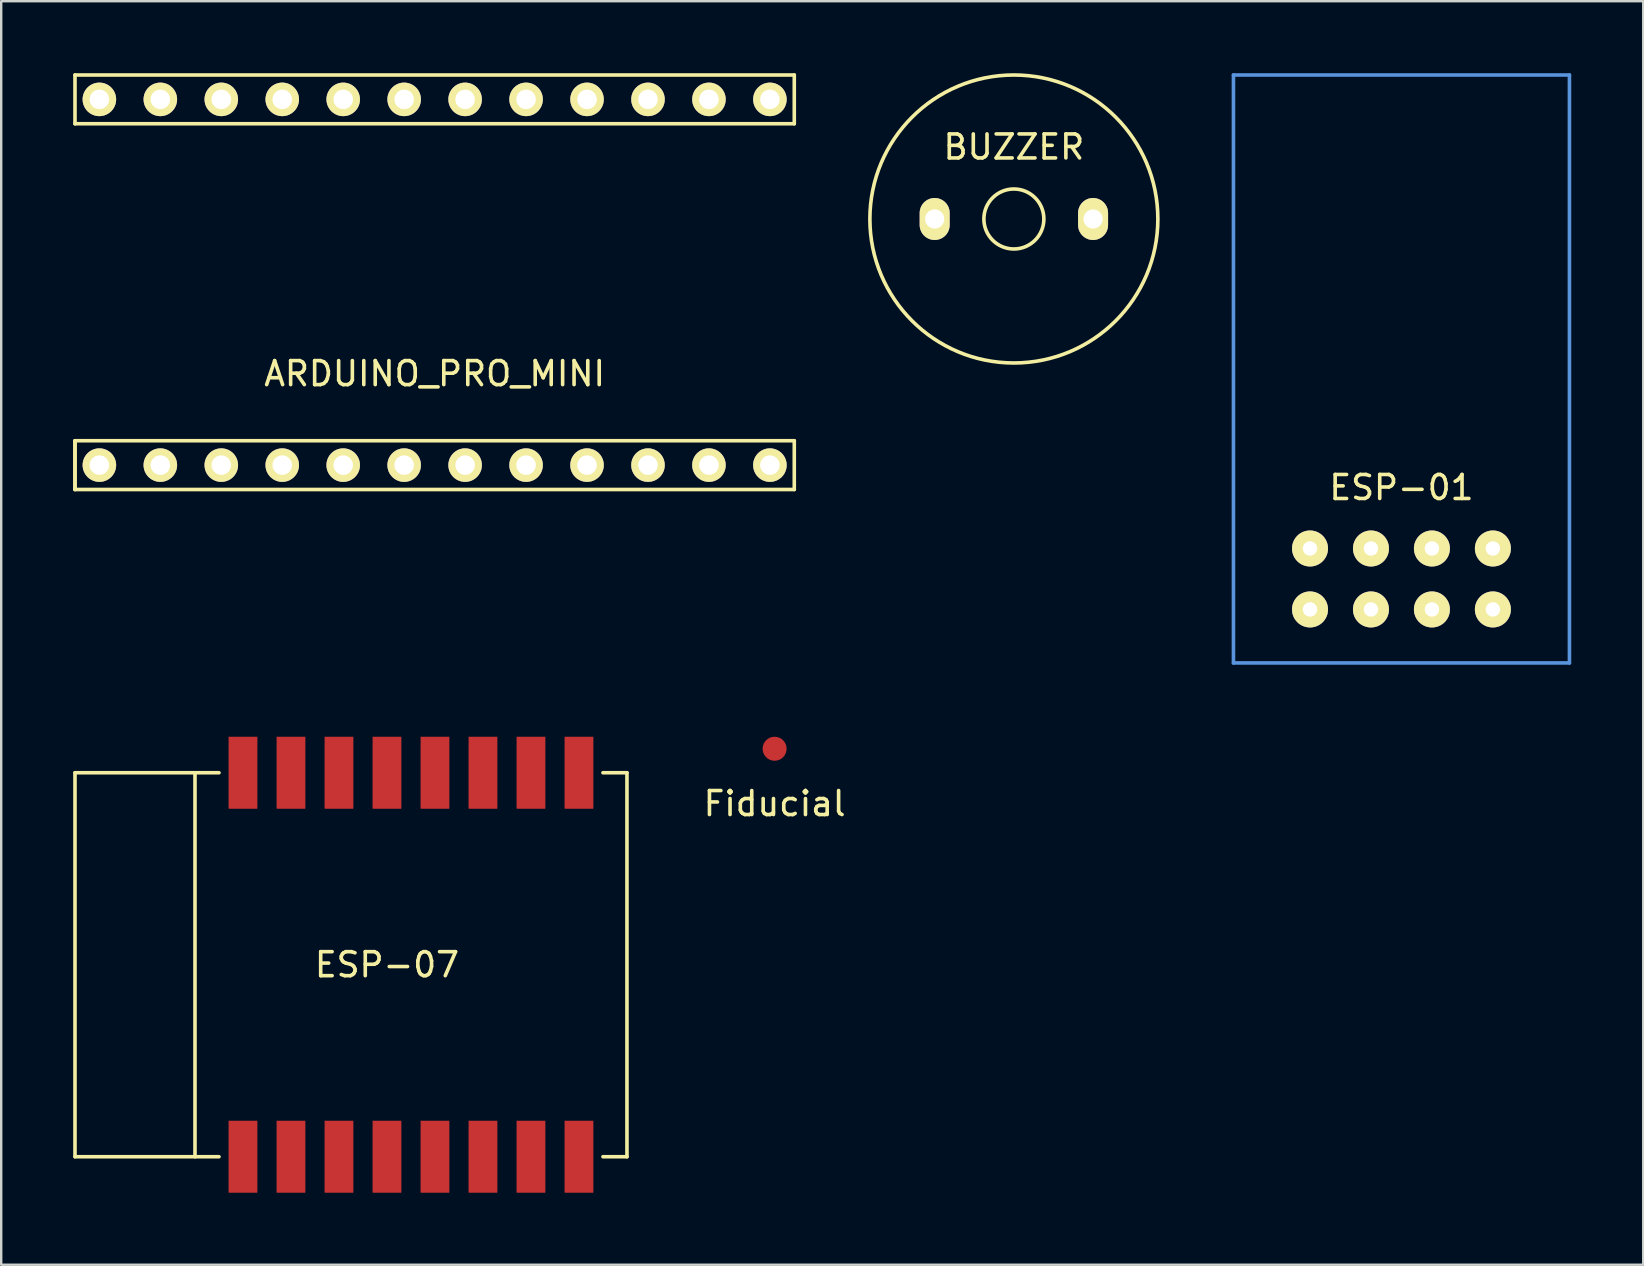
<source format=kicad_pcb>
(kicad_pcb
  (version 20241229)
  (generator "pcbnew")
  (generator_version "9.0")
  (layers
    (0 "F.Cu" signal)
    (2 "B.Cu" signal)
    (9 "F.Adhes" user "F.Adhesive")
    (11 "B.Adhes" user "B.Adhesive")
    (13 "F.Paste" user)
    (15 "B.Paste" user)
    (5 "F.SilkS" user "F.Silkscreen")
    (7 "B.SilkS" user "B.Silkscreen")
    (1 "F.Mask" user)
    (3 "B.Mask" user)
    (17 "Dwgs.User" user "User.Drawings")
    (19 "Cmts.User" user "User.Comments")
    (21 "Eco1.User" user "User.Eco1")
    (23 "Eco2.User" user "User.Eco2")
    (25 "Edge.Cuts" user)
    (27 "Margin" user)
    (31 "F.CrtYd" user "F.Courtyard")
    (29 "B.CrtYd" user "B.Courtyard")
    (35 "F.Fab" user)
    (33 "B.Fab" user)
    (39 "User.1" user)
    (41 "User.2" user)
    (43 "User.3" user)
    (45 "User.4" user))
  (footprint "ESP-07"
    (layer "F.Cu")
    (at 13.075 37.15)
    (property "Reference" "ESP-07" (at 0 0 0) (layer "F.SilkS") (effects (font (size 1 1) (thickness 0.15))))
    (attr smd)
    (fp_line (start -13 -8) (end -7 -8) (stroke (width 0.15) (type solid)) (layer "F.SilkS"))
    (fp_line (start -13 8) (end -13 -8) (stroke (width 0.15) (type solid)) (layer "F.SilkS"))
    (fp_line (start -8 -8) (end -8 8) (stroke (width 0.15) (type solid)) (layer "F.SilkS"))
    (fp_line (start -7 8) (end -13 8) (stroke (width 0.15) (type solid)) (layer "F.SilkS"))
    (fp_line (start 9 8) (end 10 8) (stroke (width 0.15) (type solid)) (layer "F.SilkS"))
    (fp_line (start 10 -8) (end 9 -8) (stroke (width 0.15) (type solid)) (layer "F.SilkS"))
    (fp_line (start 10 8) (end 10 -8) (stroke (width 0.15) (type solid)) (layer "F.SilkS"))
    (pad "1" smd rect (at -6 8) (size 1.2 3) (layers "F.Cu" "F.Mask" "F.Paste"))
    (pad "2" smd rect (at -4 8) (size 1.2 3) (layers "F.Cu" "F.Mask" "F.Paste"))
    (pad "3" smd rect (at -2 8) (size 1.2 3) (layers "F.Cu" "F.Mask" "F.Paste"))
    (pad "4" smd rect (at 0 8) (size 1.2 3) (layers "F.Cu" "F.Mask" "F.Paste"))
    (pad "5" smd rect (at 2 8) (size 1.2 3) (layers "F.Cu" "F.Mask" "F.Paste"))
    (pad "6" smd rect (at 4 8) (size 1.2 3) (layers "F.Cu" "F.Mask" "F.Paste"))
    (pad "7" smd rect (at 6 8) (size 1.2 3) (layers "F.Cu" "F.Mask" "F.Paste"))
    (pad "8" smd rect (at 8 8) (size 1.2 3) (layers "F.Cu" "F.Mask" "F.Paste"))
    (pad "9" smd rect (at 8 -8) (size 1.2 3) (layers "F.Cu" "F.Mask" "F.Paste"))
    (pad "10" smd rect (at 6 -8) (size 1.2 3) (layers "F.Cu" "F.Mask" "F.Paste"))
    (pad "11" smd rect (at 4 -8) (size 1.2 3) (layers "F.Cu" "F.Mask" "F.Paste"))
    (pad "12" smd rect (at 2 -8) (size 1.2 3) (layers "F.Cu" "F.Mask" "F.Paste"))
    (pad "13" smd rect (at 0 -8) (size 1.2 3) (layers "F.Cu" "F.Mask" "F.Paste"))
    (pad "14" smd rect (at -2 -8) (size 1.2 3) (layers "F.Cu" "F.Mask" "F.Paste"))
    (pad "15" smd rect (at -4 -8) (size 1.2 3) (layers "F.Cu" "F.Mask" "F.Paste"))
    (pad "16" smd rect (at -6 -8) (size 1.2 3) (layers "F.Cu" "F.Mask" "F.Paste")))
  (footprint "ARDUINO_PRO_MINI"
    (layer "F.Cu")
    (at 15.061 8.711)
    (property "Reference" "ARDUINO_PRO_MINI" (at 0 3.81 0) (layer "F.SilkS") (effects (font (size 1 1) (thickness 0.15))))
    (attr through_hole)
    (fp_line (start -14.986 -8.636) (end -14.986 -6.604) (stroke (width 0.15) (type solid)) (layer "F.SilkS"))
    (fp_line (start -14.986 -6.604) (end 14.986 -6.604) (stroke (width 0.15) (type solid)) (layer "F.SilkS"))
    (fp_line (start -14.986 6.604) (end -14.986 8.636) (stroke (width 0.15) (type solid)) (layer "F.SilkS"))
    (fp_line (start -14.986 6.604) (end 14.986 6.604) (stroke (width 0.15) (type solid)) (layer "F.SilkS"))
    (fp_line (start -14.986 8.636) (end -14.986 6.604) (stroke (width 0.15) (type solid)) (layer "F.SilkS"))
    (fp_line (start 14.986 -8.636) (end -14.986 -8.636) (stroke (width 0.15) (type solid)) (layer "F.SilkS"))
    (fp_line (start 14.986 -8.636) (end 14.986 -6.604) (stroke (width 0.15) (type solid)) (layer "F.SilkS"))
    (fp_line (start 14.986 6.604) (end 14.986 8.636) (stroke (width 0.15) (type solid)) (layer "F.SilkS"))
    (fp_line (start 14.986 8.636) (end -14.986 8.636) (stroke (width 0.15) (type solid)) (layer "F.SilkS"))
    (pad "1" thru_hole circle (at -13.97 7.62) (size 1.397 1.397) (drill 0.813) (layers "*.Cu" "*.Mask" "F.SilkS"))
    (pad "2" thru_hole circle (at -11.43 7.62) (size 1.397 1.397) (drill 0.813) (layers "*.Cu" "*.Mask" "F.SilkS"))
    (pad "3" thru_hole circle (at -8.89 7.62) (size 1.397 1.397) (drill 0.813) (layers "*.Cu" "*.Mask" "F.SilkS"))
    (pad "4" thru_hole circle (at -6.35 7.62) (size 1.397 1.397) (drill 0.813) (layers "*.Cu" "*.Mask" "F.SilkS"))
    (pad "5" thru_hole circle (at -3.81 7.62) (size 1.397 1.397) (drill 0.813) (layers "*.Cu" "*.Mask" "F.SilkS"))
    (pad "6" thru_hole circle (at -1.27 7.62) (size 1.397 1.397) (drill 0.813) (layers "*.Cu" "*.Mask" "F.SilkS"))
    (pad "7" thru_hole circle (at 1.27 7.62) (size 1.397 1.397) (drill 0.813) (layers "*.Cu" "*.Mask" "F.SilkS"))
    (pad "8" thru_hole circle (at 3.81 7.62) (size 1.397 1.397) (drill 0.813) (layers "*.Cu" "*.Mask" "F.SilkS"))
    (pad "9" thru_hole circle (at 6.35 7.62) (size 1.397 1.397) (drill 0.813) (layers "*.Cu" "*.Mask" "F.SilkS"))
    (pad "10" thru_hole circle (at 8.89 7.62) (size 1.397 1.397) (drill 0.813) (layers "*.Cu" "*.Mask" "F.SilkS"))
    (pad "11" thru_hole circle (at 11.43 7.62) (size 1.397 1.397) (drill 0.813) (layers "*.Cu" "*.Mask" "F.SilkS"))
    (pad "12" thru_hole circle (at 13.97 7.62) (size 1.397 1.397) (drill 0.813) (layers "*.Cu" "*.Mask" "F.SilkS"))
    (pad "13" thru_hole circle (at 13.97 -7.62) (size 1.397 1.397) (drill 0.813) (layers "*.Cu" "*.Mask" "F.SilkS"))
    (pad "14" thru_hole circle (at 11.43 -7.62) (size 1.397 1.397) (drill 0.813) (layers "*.Cu" "*.Mask" "F.SilkS"))
    (pad "15" thru_hole circle (at 8.89 -7.62) (size 1.397 1.397) (drill 0.813) (layers "*.Cu" "*.Mask" "F.SilkS"))
    (pad "16" thru_hole circle (at 6.35 -7.62) (size 1.397 1.397) (drill 0.813) (layers "*.Cu" "*.Mask" "F.SilkS"))
    (pad "17" thru_hole circle (at 3.81 -7.62) (size 1.397 1.397) (drill 0.813) (layers "*.Cu" "*.Mask" "F.SilkS"))
    (pad "18" thru_hole circle (at 1.27 -7.62) (size 1.397 1.397) (drill 0.813) (layers "*.Cu" "*.Mask" "F.SilkS"))
    (pad "19" thru_hole circle (at -1.27 -7.62) (size 1.397 1.397) (drill 0.813) (layers "*.Cu" "*.Mask" "F.SilkS"))
    (pad "20" thru_hole circle (at -3.81 -7.62) (size 1.397 1.397) (drill 0.813) (layers "*.Cu" "*.Mask" "F.SilkS"))
    (pad "21" thru_hole circle (at -6.35 -7.62) (size 1.397 1.397) (drill 0.813) (layers "*.Cu" "*.Mask" "F.SilkS"))
    (pad "22" thru_hole circle (at -8.89 -7.62) (size 1.397 1.397) (drill 0.813) (layers "*.Cu" "*.Mask" "F.SilkS"))
    (pad "23" thru_hole circle (at -11.43 -7.62) (size 1.397 1.397) (drill 0.813) (layers "*.Cu" "*.Mask" "F.SilkS"))
    (pad "24" thru_hole circle (at -13.97 -7.62) (size 1.397 1.397) (drill 0.813) (layers "*.Cu" "*.Mask" "F.SilkS")))
  (footprint "Fiducial"
    (layer "F.Cu")
    (at 29.227 28.15)
    (property "Reference" "Fiducial" (at 0 2.286 0) (layer "F.SilkS") (effects (font (size 1 1) (thickness 0.15))))
    (attr through_hole)
    (pad "1" smd circle (at 0 0) (size 1 1) (layers "F.Cu" "F.Mask")))
  (footprint "BUZZER"
    (layer "F.Cu")
    (at 39.197 6.075)
    (property "Reference" "BUZZER" (at 0 -3 0) (layer "F.SilkS") (effects (font (size 1 1) (thickness 0.15))))
    (attr through_hole)
    (fp_circle (center 0 0) (end 1.25 0) (stroke (width 0.15) (type solid)) (fill no) (layer "F.SilkS"))
    (fp_circle (center 0 0) (end 6 0) (stroke (width 0.15) (type solid)) (fill no) (layer "F.SilkS"))
    (pad "1" thru_hole oval (at -3.3 0) (size 1.25 1.75) (drill 0.8) (layers "*.Cu" "*.Mask" "F.SilkS"))
    (pad "2" thru_hole oval (at 3.3 0) (size 1.25 1.75) (drill 0.8) (layers "*.Cu" "*.Mask" "F.SilkS")))
  (footprint "ESP-01"
    (layer "F.Cu")
    (at 55.347 21.075)
    (property "Reference" "ESP-01" (at 0 -3.81 0) (layer "F.SilkS") (effects (font (size 1 1) (thickness 0.15))))
    (attr through_hole)
    (fp_line (start -7 -21) (end -7 3.5) (stroke (width 0.15) (type solid)) (layer "Cmts.User"))
    (fp_line (start -7 3.5) (end 7 3.5) (stroke (width 0.15) (type solid)) (layer "Cmts.User"))
    (fp_line (start 7 -21) (end -7 -21) (stroke (width 0.15) (type solid)) (layer "Cmts.User"))
    (fp_line (start 7 3.5) (end 7 -21) (stroke (width 0.15) (type solid)) (layer "Cmts.User"))
    (pad "1" thru_hole oval (at -3.81 1.27) (size 1.5 1.5) (drill 0.6) (layers "*.Cu" "*.Mask" "F.SilkS"))
    (pad "2" thru_hole oval (at -3.81 -1.27) (size 1.5 1.5) (drill 0.6) (layers "*.Cu" "*.Mask" "F.SilkS"))
    (pad "3" thru_hole oval (at -1.27 1.27) (size 1.5 1.5) (drill 0.6) (layers "*.Cu" "*.Mask" "F.SilkS"))
    (pad "4" thru_hole oval (at -1.27 -1.27) (size 1.5 1.5) (drill 0.6) (layers "*.Cu" "*.Mask" "F.SilkS"))
    (pad "5" thru_hole oval (at 1.27 1.27) (size 1.5 1.5) (drill 0.6) (layers "*.Cu" "*.Mask" "F.SilkS"))
    (pad "6" thru_hole oval (at 1.27 -1.27) (size 1.5 1.5) (drill 0.6) (layers "*.Cu" "*.Mask" "F.SilkS"))
    (pad "7" thru_hole oval (at 3.81 1.27) (size 1.5 1.5) (drill 0.6) (layers "*.Cu" "*.Mask" "F.SilkS"))
    (pad "8" thru_hole oval (at 3.81 -1.27) (size 1.5 1.5) (drill 0.6) (layers "*.Cu" "*.Mask" "F.SilkS")))
  (gr_rect
    (start -3 -3)
    (end 65.422 49.65)
    (stroke (width 0.1) (type default))
    (fill no)
    (layer "Edge.Cuts")))
</source>
